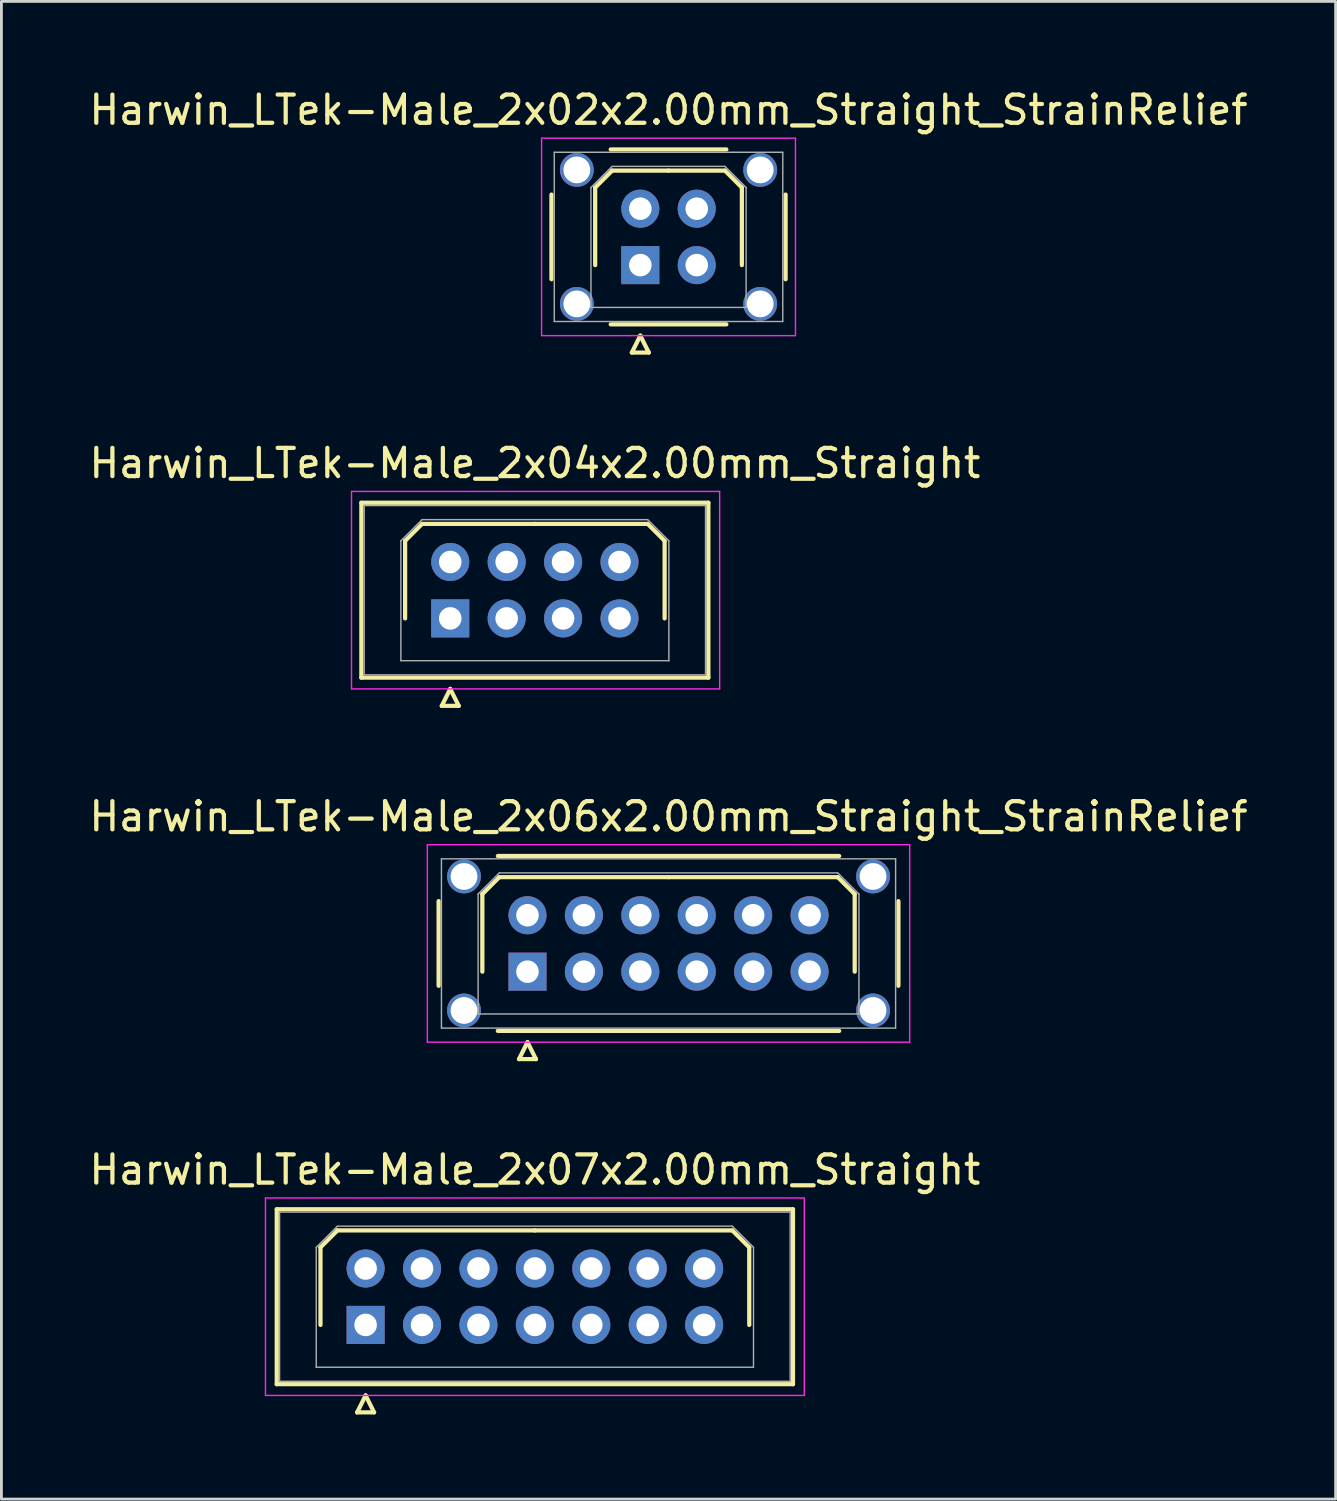
<source format=kicad_pcb>
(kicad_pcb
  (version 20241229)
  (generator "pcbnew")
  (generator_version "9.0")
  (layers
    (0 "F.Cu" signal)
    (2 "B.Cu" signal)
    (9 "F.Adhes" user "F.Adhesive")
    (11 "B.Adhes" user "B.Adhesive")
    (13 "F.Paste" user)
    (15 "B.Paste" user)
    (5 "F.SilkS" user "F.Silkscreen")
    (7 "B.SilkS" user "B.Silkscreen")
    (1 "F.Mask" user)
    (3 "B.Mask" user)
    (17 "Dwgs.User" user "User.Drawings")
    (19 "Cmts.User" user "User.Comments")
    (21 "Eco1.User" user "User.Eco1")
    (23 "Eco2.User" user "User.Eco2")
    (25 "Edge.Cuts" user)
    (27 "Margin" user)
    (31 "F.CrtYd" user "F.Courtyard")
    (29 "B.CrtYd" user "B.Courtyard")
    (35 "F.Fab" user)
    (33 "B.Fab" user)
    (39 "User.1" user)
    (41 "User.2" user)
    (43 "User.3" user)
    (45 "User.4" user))
  (footprint "Harwin_LTek-Male_2x02x2.00mm_Straight_StrainRelief"
    (layer "F.Cu")
    (at 19.649 6.348)
    (property "Reference" "Harwin_LTek-Male_2x02x2.00mm_Straight_StrainRelief" (at 1 -5.5 0) (layer "F.SilkS") (effects (font (size 1 1) (thickness 0.15))))
    (attr through_hole)
    (fp_line (start -3.15 -2.5) (end -3.15 0.5) (stroke (width 0.15) (type solid)) (layer "F.SilkS"))
    (fp_line (start -1.6 -2.75) (end -1 -3.35) (stroke (width 0.15) (type solid)) (layer "F.SilkS"))
    (fp_line (start -1.6 0) (end -1.6 -2.75) (stroke (width 0.15) (type solid)) (layer "F.SilkS"))
    (fp_line (start -1.05 -4.1) (end 3.05 -4.1) (stroke (width 0.15) (type solid)) (layer "F.SilkS"))
    (fp_line (start -1.05 2.1) (end 3.05 2.1) (stroke (width 0.15) (type solid)) (layer "F.SilkS"))
    (fp_line (start -1 -3.35) (end 1 -3.35) (stroke (width 0.15) (type solid)) (layer "F.SilkS"))
    (fp_line (start -0.3 3.1) (end 0.3 3.1) (stroke (width 0.15) (type solid)) (layer "F.SilkS"))
    (fp_line (start 0 2.5) (end -0.3 3.1) (stroke (width 0.15) (type solid)) (layer "F.SilkS"))
    (fp_line (start 0.3 3.1) (end 0 2.5) (stroke (width 0.15) (type solid)) (layer "F.SilkS"))
    (fp_line (start 3 -3.35) (end 1 -3.35) (stroke (width 0.15) (type solid)) (layer "F.SilkS"))
    (fp_line (start 3.6 -2.75) (end 3 -3.35) (stroke (width 0.15) (type solid)) (layer "F.SilkS"))
    (fp_line (start 3.6 0) (end 3.6 -2.75) (stroke (width 0.15) (type solid)) (layer "F.SilkS"))
    (fp_line (start 5.15 -2.5) (end 5.15 0.5) (stroke (width 0.15) (type solid)) (layer "F.SilkS"))
    (fp_line (start -3.5 -4.5) (end -3.5 2.5) (stroke (width 0.05) (type solid)) (layer "F.CrtYd"))
    (fp_line (start -3.5 2.5) (end 5.5 2.5) (stroke (width 0.05) (type solid)) (layer "F.CrtYd"))
    (fp_line (start 5.5 -4.5) (end -3.5 -4.5) (stroke (width 0.05) (type solid)) (layer "F.CrtYd"))
    (fp_line (start 5.5 2.5) (end 5.5 -4.5) (stroke (width 0.05) (type solid)) (layer "F.CrtYd"))
    (fp_line (start -3.05 -4) (end -3.05 2) (stroke (width 0.05) (type solid)) (layer "F.Fab"))
    (fp_line (start -3.05 2) (end 5.05 2) (stroke (width 0.05) (type solid)) (layer "F.Fab"))
    (fp_line (start -1.75 -2.75) (end -1 -3.5) (stroke (width 0.05) (type solid)) (layer "F.Fab"))
    (fp_line (start -1.75 1.5) (end -1.75 -2.75) (stroke (width 0.05) (type solid)) (layer "F.Fab"))
    (fp_line (start -1 -3.5) (end 3 -3.5) (stroke (width 0.05) (type solid)) (layer "F.Fab"))
    (fp_line (start 3 -3.5) (end 3.75 -2.75) (stroke (width 0.05) (type solid)) (layer "F.Fab"))
    (fp_line (start 3.75 -2.75) (end 3.75 1.5) (stroke (width 0.05) (type solid)) (layer "F.Fab"))
    (fp_line (start 3.75 1.5) (end -1.75 1.5) (stroke (width 0.05) (type solid)) (layer "F.Fab"))
    (fp_line (start 5.05 -4) (end -3.05 -4) (stroke (width 0.05) (type solid)) (layer "F.Fab"))
    (fp_line (start 5.05 2) (end 5.05 -4) (stroke (width 0.05) (type solid)) (layer "F.Fab"))
    (pad "" thru_hole circle (at -2.25 -3.375) (size 1.2 1.2) (drill 0.95) (layers "*.Cu" "*.Mask"))
    (pad "" thru_hole circle (at -2.25 1.375) (size 1.2 1.2) (drill 0.95) (layers "*.Cu" "*.Mask"))
    (pad "" thru_hole circle (at 4.25 -3.375) (size 1.2 1.2) (drill 0.95) (layers "*.Cu" "*.Mask"))
    (pad "" thru_hole circle (at 4.25 1.375) (size 1.2 1.2) (drill 0.95) (layers "*.Cu" "*.Mask"))
    (pad "1" thru_hole rect (at 0 0) (size 1.35 1.35) (drill 0.8) (layers "*.Cu" "*.Mask"))
    (pad "2" thru_hole circle (at 0 -2) (size 1.35 1.35) (drill 0.8) (layers "*.Cu" "*.Mask"))
    (pad "3" thru_hole circle (at 2 0) (size 1.35 1.35) (drill 0.8) (layers "*.Cu" "*.Mask"))
    (pad "4" thru_hole circle (at 2 -2) (size 1.35 1.35) (drill 0.8) (layers "*.Cu" "*.Mask")))
  (footprint "Harwin_LTek-Male_2x07x2.00mm_Straight"
    (layer "F.Cu")
    (at 9.911 43.918)
    (property "Reference" "Harwin_LTek-Male_2x07x2.00mm_Straight" (at 6 -5.5 0) (layer "F.SilkS") (effects (font (size 1 1) (thickness 0.15))))
    (attr through_hole)
    (fp_line (start -3.15 -4.1) (end -3.15 2.1) (stroke (width 0.15) (type solid)) (layer "F.SilkS"))
    (fp_line (start -3.15 2.1) (end 15.15 2.1) (stroke (width 0.15) (type solid)) (layer "F.SilkS"))
    (fp_line (start -1.6 -2.75) (end -1 -3.35) (stroke (width 0.15) (type solid)) (layer "F.SilkS"))
    (fp_line (start -1.6 0) (end -1.6 -2.75) (stroke (width 0.15) (type solid)) (layer "F.SilkS"))
    (fp_line (start -1 -3.35) (end 6 -3.35) (stroke (width 0.15) (type solid)) (layer "F.SilkS"))
    (fp_line (start -0.3 3.1) (end 0.3 3.1) (stroke (width 0.15) (type solid)) (layer "F.SilkS"))
    (fp_line (start 0 2.5) (end -0.3 3.1) (stroke (width 0.15) (type solid)) (layer "F.SilkS"))
    (fp_line (start 0.3 3.1) (end 0 2.5) (stroke (width 0.15) (type solid)) (layer "F.SilkS"))
    (fp_line (start 13 -3.35) (end 6 -3.35) (stroke (width 0.15) (type solid)) (layer "F.SilkS"))
    (fp_line (start 13.6 -2.75) (end 13 -3.35) (stroke (width 0.15) (type solid)) (layer "F.SilkS"))
    (fp_line (start 13.6 0) (end 13.6 -2.75) (stroke (width 0.15) (type solid)) (layer "F.SilkS"))
    (fp_line (start 15.15 -4.1) (end -3.15 -4.1) (stroke (width 0.15) (type solid)) (layer "F.SilkS"))
    (fp_line (start 15.15 2.1) (end 15.15 -4.1) (stroke (width 0.15) (type solid)) (layer "F.SilkS"))
    (fp_line (start -3.55 -4.5) (end -3.55 2.5) (stroke (width 0.05) (type solid)) (layer "F.CrtYd"))
    (fp_line (start -3.55 2.5) (end 15.55 2.5) (stroke (width 0.05) (type solid)) (layer "F.CrtYd"))
    (fp_line (start 15.55 -4.5) (end -3.55 -4.5) (stroke (width 0.05) (type solid)) (layer "F.CrtYd"))
    (fp_line (start 15.55 2.5) (end 15.55 -4.5) (stroke (width 0.05) (type solid)) (layer "F.CrtYd"))
    (fp_line (start -3.05 -4) (end -3.05 2) (stroke (width 0.05) (type solid)) (layer "F.Fab"))
    (fp_line (start -3.05 2) (end 15.05 2) (stroke (width 0.05) (type solid)) (layer "F.Fab"))
    (fp_line (start -1.75 -2.75) (end -1 -3.5) (stroke (width 0.05) (type solid)) (layer "F.Fab"))
    (fp_line (start -1.75 1.5) (end -1.75 -2.75) (stroke (width 0.05) (type solid)) (layer "F.Fab"))
    (fp_line (start -1 -3.5) (end 13 -3.5) (stroke (width 0.05) (type solid)) (layer "F.Fab"))
    (fp_line (start 13 -3.5) (end 13.75 -2.75) (stroke (width 0.05) (type solid)) (layer "F.Fab"))
    (fp_line (start 13.75 -2.75) (end 13.75 1.5) (stroke (width 0.05) (type solid)) (layer "F.Fab"))
    (fp_line (start 13.75 1.5) (end -1.75 1.5) (stroke (width 0.05) (type solid)) (layer "F.Fab"))
    (fp_line (start 15.05 -4) (end -3.05 -4) (stroke (width 0.05) (type solid)) (layer "F.Fab"))
    (fp_line (start 15.05 2) (end 15.05 -4) (stroke (width 0.05) (type solid)) (layer "F.Fab"))
    (pad "1" thru_hole rect (at 0 0) (size 1.35 1.35) (drill 0.8) (layers "*.Cu" "*.Mask"))
    (pad "2" thru_hole circle (at 0 -2) (size 1.35 1.35) (drill 0.8) (layers "*.Cu" "*.Mask"))
    (pad "3" thru_hole circle (at 2 0) (size 1.35 1.35) (drill 0.8) (layers "*.Cu" "*.Mask"))
    (pad "4" thru_hole circle (at 2 -2) (size 1.35 1.35) (drill 0.8) (layers "*.Cu" "*.Mask"))
    (pad "5" thru_hole circle (at 4 0) (size 1.35 1.35) (drill 0.8) (layers "*.Cu" "*.Mask"))
    (pad "6" thru_hole circle (at 4 -2) (size 1.35 1.35) (drill 0.8) (layers "*.Cu" "*.Mask"))
    (pad "7" thru_hole circle (at 6 0) (size 1.35 1.35) (drill 0.8) (layers "*.Cu" "*.Mask"))
    (pad "8" thru_hole circle (at 6 -2) (size 1.35 1.35) (drill 0.8) (layers "*.Cu" "*.Mask"))
    (pad "9" thru_hole circle (at 8 0) (size 1.35 1.35) (drill 0.8) (layers "*.Cu" "*.Mask"))
    (pad "10" thru_hole circle (at 8 -2) (size 1.35 1.35) (drill 0.8) (layers "*.Cu" "*.Mask"))
    (pad "11" thru_hole circle (at 10 0) (size 1.35 1.35) (drill 0.8) (layers "*.Cu" "*.Mask"))
    (pad "12" thru_hole circle (at 10 -2) (size 1.35 1.35) (drill 0.8) (layers "*.Cu" "*.Mask"))
    (pad "13" thru_hole circle (at 12 0) (size 1.35 1.35) (drill 0.8) (layers "*.Cu" "*.Mask"))
    (pad "14" thru_hole circle (at 12 -2) (size 1.35 1.35) (drill 0.8) (layers "*.Cu" "*.Mask")))
  (footprint "Harwin_LTek-Male_2x06x2.00mm_Straight_StrainRelief"
    (layer "F.Cu")
    (at 15.649 31.395)
    (property "Reference" "Harwin_LTek-Male_2x06x2.00mm_Straight_StrainRelief" (at 5 -5.5 0) (layer "F.SilkS") (effects (font (size 1 1) (thickness 0.15))))
    (attr through_hole)
    (fp_line (start -3.15 -2.5) (end -3.15 0.5) (stroke (width 0.15) (type solid)) (layer "F.SilkS"))
    (fp_line (start -1.6 -2.75) (end -1 -3.35) (stroke (width 0.15) (type solid)) (layer "F.SilkS"))
    (fp_line (start -1.6 0) (end -1.6 -2.75) (stroke (width 0.15) (type solid)) (layer "F.SilkS"))
    (fp_line (start -1.05 -4.1) (end 11.05 -4.1) (stroke (width 0.15) (type solid)) (layer "F.SilkS"))
    (fp_line (start -1.05 2.1) (end 11.05 2.1) (stroke (width 0.15) (type solid)) (layer "F.SilkS"))
    (fp_line (start -1 -3.35) (end 5 -3.35) (stroke (width 0.15) (type solid)) (layer "F.SilkS"))
    (fp_line (start -0.3 3.1) (end 0.3 3.1) (stroke (width 0.15) (type solid)) (layer "F.SilkS"))
    (fp_line (start 0 2.5) (end -0.3 3.1) (stroke (width 0.15) (type solid)) (layer "F.SilkS"))
    (fp_line (start 0.3 3.1) (end 0 2.5) (stroke (width 0.15) (type solid)) (layer "F.SilkS"))
    (fp_line (start 11 -3.35) (end 5 -3.35) (stroke (width 0.15) (type solid)) (layer "F.SilkS"))
    (fp_line (start 11.6 -2.75) (end 11 -3.35) (stroke (width 0.15) (type solid)) (layer "F.SilkS"))
    (fp_line (start 11.6 0) (end 11.6 -2.75) (stroke (width 0.15) (type solid)) (layer "F.SilkS"))
    (fp_line (start 13.15 -2.5) (end 13.15 0.5) (stroke (width 0.15) (type solid)) (layer "F.SilkS"))
    (fp_line (start -3.55 -4.5) (end -3.55 2.5) (stroke (width 0.05) (type solid)) (layer "F.CrtYd"))
    (fp_line (start -3.55 2.5) (end 13.55 2.5) (stroke (width 0.05) (type solid)) (layer "F.CrtYd"))
    (fp_line (start 13.55 -4.5) (end -3.55 -4.5) (stroke (width 0.05) (type solid)) (layer "F.CrtYd"))
    (fp_line (start 13.55 2.5) (end 13.55 -4.5) (stroke (width 0.05) (type solid)) (layer "F.CrtYd"))
    (fp_line (start -3.05 -4) (end -3.05 2) (stroke (width 0.05) (type solid)) (layer "F.Fab"))
    (fp_line (start -3.05 2) (end 13.05 2) (stroke (width 0.05) (type solid)) (layer "F.Fab"))
    (fp_line (start -1.75 -2.75) (end -1 -3.5) (stroke (width 0.05) (type solid)) (layer "F.Fab"))
    (fp_line (start -1.75 1.5) (end -1.75 -2.75) (stroke (width 0.05) (type solid)) (layer "F.Fab"))
    (fp_line (start -1 -3.5) (end 11 -3.5) (stroke (width 0.05) (type solid)) (layer "F.Fab"))
    (fp_line (start 11 -3.5) (end 11.75 -2.75) (stroke (width 0.05) (type solid)) (layer "F.Fab"))
    (fp_line (start 11.75 -2.75) (end 11.75 1.5) (stroke (width 0.05) (type solid)) (layer "F.Fab"))
    (fp_line (start 11.75 1.5) (end -1.75 1.5) (stroke (width 0.05) (type solid)) (layer "F.Fab"))
    (fp_line (start 13.05 -4) (end -3.05 -4) (stroke (width 0.05) (type solid)) (layer "F.Fab"))
    (fp_line (start 13.05 2) (end 13.05 -4) (stroke (width 0.05) (type solid)) (layer "F.Fab"))
    (pad "" thru_hole circle (at -2.25 -3.375) (size 1.2 1.2) (drill 0.95) (layers "*.Cu" "*.Mask"))
    (pad "" thru_hole circle (at -2.25 1.375) (size 1.2 1.2) (drill 0.95) (layers "*.Cu" "*.Mask"))
    (pad "" thru_hole circle (at 12.25 -3.375) (size 1.2 1.2) (drill 0.95) (layers "*.Cu" "*.Mask"))
    (pad "" thru_hole circle (at 12.25 1.375) (size 1.2 1.2) (drill 0.95) (layers "*.Cu" "*.Mask"))
    (pad "1" thru_hole rect (at 0 0) (size 1.35 1.35) (drill 0.8) (layers "*.Cu" "*.Mask"))
    (pad "2" thru_hole circle (at 0 -2) (size 1.35 1.35) (drill 0.8) (layers "*.Cu" "*.Mask"))
    (pad "3" thru_hole circle (at 2 0) (size 1.35 1.35) (drill 0.8) (layers "*.Cu" "*.Mask"))
    (pad "4" thru_hole circle (at 2 -2) (size 1.35 1.35) (drill 0.8) (layers "*.Cu" "*.Mask"))
    (pad "5" thru_hole circle (at 4 0) (size 1.35 1.35) (drill 0.8) (layers "*.Cu" "*.Mask"))
    (pad "6" thru_hole circle (at 4 -2) (size 1.35 1.35) (drill 0.8) (layers "*.Cu" "*.Mask"))
    (pad "7" thru_hole circle (at 6 0) (size 1.35 1.35) (drill 0.8) (layers "*.Cu" "*.Mask"))
    (pad "8" thru_hole circle (at 6 -2) (size 1.35 1.35) (drill 0.8) (layers "*.Cu" "*.Mask"))
    (pad "9" thru_hole circle (at 8 0) (size 1.35 1.35) (drill 0.8) (layers "*.Cu" "*.Mask"))
    (pad "10" thru_hole circle (at 8 -2) (size 1.35 1.35) (drill 0.8) (layers "*.Cu" "*.Mask"))
    (pad "11" thru_hole circle (at 10 0) (size 1.35 1.35) (drill 0.8) (layers "*.Cu" "*.Mask"))
    (pad "12" thru_hole circle (at 10 -2) (size 1.35 1.35) (drill 0.8) (layers "*.Cu" "*.Mask")))
  (footprint "Harwin_LTek-Male_2x04x2.00mm_Straight"
    (layer "F.Cu")
    (at 12.911 18.872)
    (property "Reference" "Harwin_LTek-Male_2x04x2.00mm_Straight" (at 3 -5.5 0) (layer "F.SilkS") (effects (font (size 1 1) (thickness 0.15))))
    (attr through_hole)
    (fp_line (start -3.15 -4.1) (end -3.15 2.1) (stroke (width 0.15) (type solid)) (layer "F.SilkS"))
    (fp_line (start -3.15 2.1) (end 9.15 2.1) (stroke (width 0.15) (type solid)) (layer "F.SilkS"))
    (fp_line (start -1.6 -2.75) (end -1 -3.35) (stroke (width 0.15) (type solid)) (layer "F.SilkS"))
    (fp_line (start -1.6 0) (end -1.6 -2.75) (stroke (width 0.15) (type solid)) (layer "F.SilkS"))
    (fp_line (start -1 -3.35) (end 3 -3.35) (stroke (width 0.15) (type solid)) (layer "F.SilkS"))
    (fp_line (start -0.3 3.1) (end 0.3 3.1) (stroke (width 0.15) (type solid)) (layer "F.SilkS"))
    (fp_line (start 0 2.5) (end -0.3 3.1) (stroke (width 0.15) (type solid)) (layer "F.SilkS"))
    (fp_line (start 0.3 3.1) (end 0 2.5) (stroke (width 0.15) (type solid)) (layer "F.SilkS"))
    (fp_line (start 7 -3.35) (end 3 -3.35) (stroke (width 0.15) (type solid)) (layer "F.SilkS"))
    (fp_line (start 7.6 -2.75) (end 7 -3.35) (stroke (width 0.15) (type solid)) (layer "F.SilkS"))
    (fp_line (start 7.6 0) (end 7.6 -2.75) (stroke (width 0.15) (type solid)) (layer "F.SilkS"))
    (fp_line (start 9.15 -4.1) (end -3.15 -4.1) (stroke (width 0.15) (type solid)) (layer "F.SilkS"))
    (fp_line (start 9.15 2.1) (end 9.15 -4.1) (stroke (width 0.15) (type solid)) (layer "F.SilkS"))
    (fp_line (start -3.5 -4.5) (end -3.5 2.5) (stroke (width 0.05) (type solid)) (layer "F.CrtYd"))
    (fp_line (start -3.5 2.5) (end 9.55 2.5) (stroke (width 0.05) (type solid)) (layer "F.CrtYd"))
    (fp_line (start 9.55 -4.5) (end -3.5 -4.5) (stroke (width 0.05) (type solid)) (layer "F.CrtYd"))
    (fp_line (start 9.55 2.5) (end 9.55 -4.5) (stroke (width 0.05) (type solid)) (layer "F.CrtYd"))
    (fp_line (start -3.05 -4) (end -3.05 2) (stroke (width 0.05) (type solid)) (layer "F.Fab"))
    (fp_line (start -3.05 2) (end 9.05 2) (stroke (width 0.05) (type solid)) (layer "F.Fab"))
    (fp_line (start -1.75 -2.75) (end -1 -3.5) (stroke (width 0.05) (type solid)) (layer "F.Fab"))
    (fp_line (start -1.75 1.5) (end -1.75 -2.75) (stroke (width 0.05) (type solid)) (layer "F.Fab"))
    (fp_line (start -1 -3.5) (end 7 -3.5) (stroke (width 0.05) (type solid)) (layer "F.Fab"))
    (fp_line (start 7 -3.5) (end 7.75 -2.75) (stroke (width 0.05) (type solid)) (layer "F.Fab"))
    (fp_line (start 7.75 -2.75) (end 7.75 1.5) (stroke (width 0.05) (type solid)) (layer "F.Fab"))
    (fp_line (start 7.75 1.5) (end -1.75 1.5) (stroke (width 0.05) (type solid)) (layer "F.Fab"))
    (fp_line (start 9.05 -4) (end -3.05 -4) (stroke (width 0.05) (type solid)) (layer "F.Fab"))
    (fp_line (start 9.05 2) (end 9.05 -4) (stroke (width 0.05) (type solid)) (layer "F.Fab"))
    (pad "1" thru_hole rect (at 0 0) (size 1.35 1.35) (drill 0.8) (layers "*.Cu" "*.Mask"))
    (pad "2" thru_hole circle (at 0 -2) (size 1.35 1.35) (drill 0.8) (layers "*.Cu" "*.Mask"))
    (pad "3" thru_hole circle (at 2 0) (size 1.35 1.35) (drill 0.8) (layers "*.Cu" "*.Mask"))
    (pad "4" thru_hole circle (at 2 -2) (size 1.35 1.35) (drill 0.8) (layers "*.Cu" "*.Mask"))
    (pad "5" thru_hole circle (at 4 0) (size 1.35 1.35) (drill 0.8) (layers "*.Cu" "*.Mask"))
    (pad "6" thru_hole circle (at 4 -2) (size 1.35 1.35) (drill 0.8) (layers "*.Cu" "*.Mask"))
    (pad "7" thru_hole circle (at 6 0) (size 1.35 1.35) (drill 0.8) (layers "*.Cu" "*.Mask"))
    (pad "8" thru_hole circle (at 6 -2) (size 1.35 1.35) (drill 0.8) (layers "*.Cu" "*.Mask")))
  (gr_rect
    (start -3 -3)
    (end 44.298 50.093)
    (stroke (width 0.1) (type default))
    (fill no)
    (layer "Edge.Cuts")))
</source>
